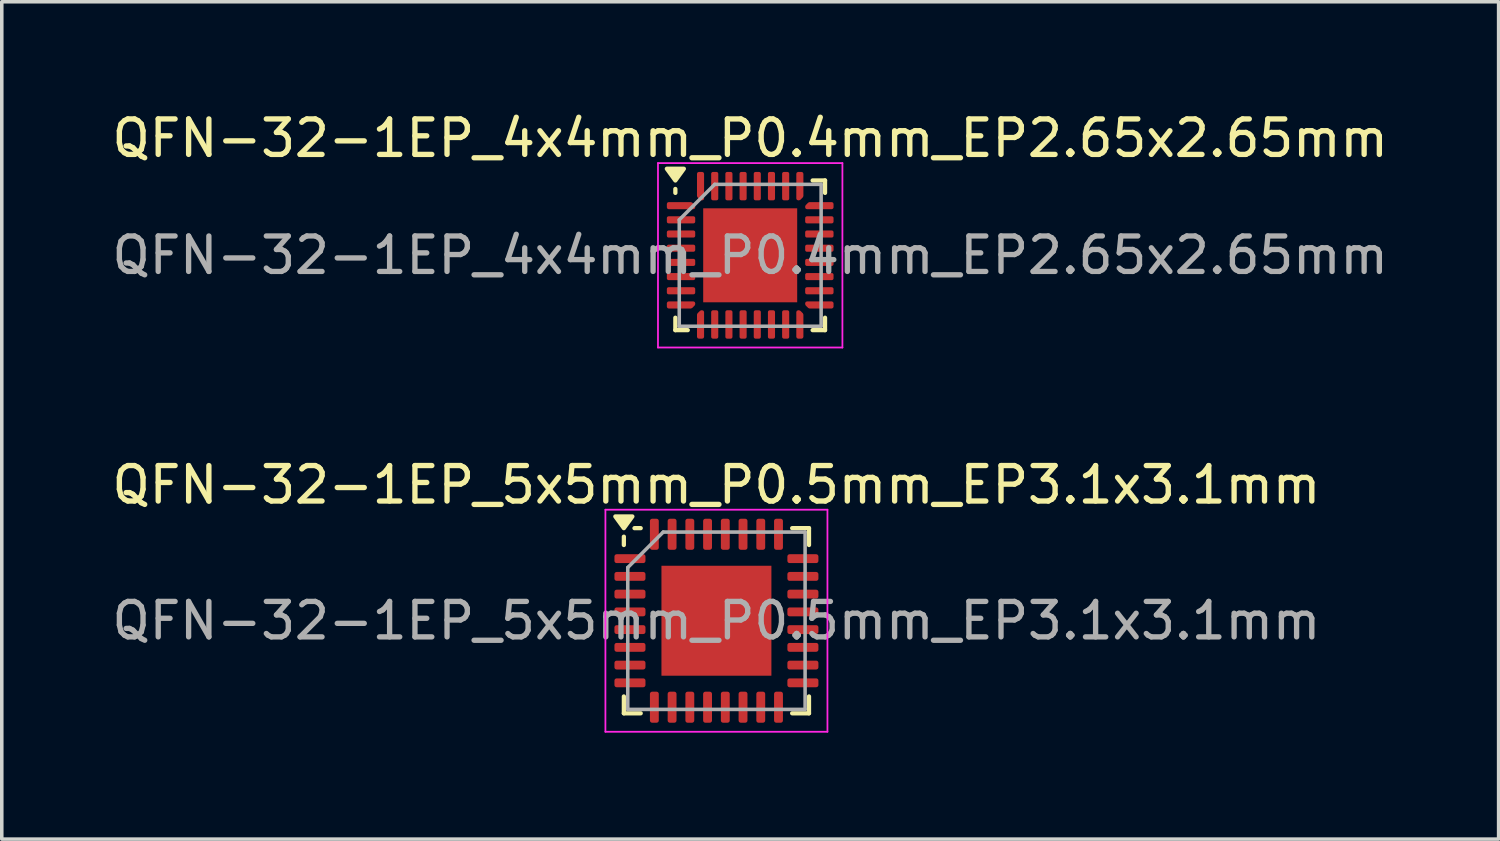
<source format=kicad_pcb>
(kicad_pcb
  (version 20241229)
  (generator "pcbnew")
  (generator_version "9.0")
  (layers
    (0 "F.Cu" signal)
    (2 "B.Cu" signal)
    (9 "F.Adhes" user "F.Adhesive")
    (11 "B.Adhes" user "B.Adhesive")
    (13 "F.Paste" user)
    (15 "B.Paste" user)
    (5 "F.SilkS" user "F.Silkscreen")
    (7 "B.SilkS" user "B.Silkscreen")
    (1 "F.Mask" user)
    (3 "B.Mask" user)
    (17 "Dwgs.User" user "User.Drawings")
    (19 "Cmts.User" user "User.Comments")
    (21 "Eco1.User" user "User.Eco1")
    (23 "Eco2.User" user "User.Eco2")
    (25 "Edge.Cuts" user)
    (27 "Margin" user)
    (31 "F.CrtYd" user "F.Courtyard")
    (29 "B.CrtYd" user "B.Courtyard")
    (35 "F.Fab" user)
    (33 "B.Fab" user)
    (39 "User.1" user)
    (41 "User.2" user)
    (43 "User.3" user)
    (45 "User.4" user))
  (footprint "QFN-32-1EP_5x5mm_P0.5mm_EP3.1x3.1mm"
    (layer "F.Cu")
    (at 17.149 14.451)
    (property "Reference" "QFN-32-1EP_5x5mm_P0.5mm_EP3.1x3.1mm" (at 0 -3.83 0) (layer "F.SilkS") (effects (font (size 1 1) (thickness 0.15))))
    (attr smd)
    (fp_line (start -2.61 -2.135) (end -2.61 -2.37) (stroke (width 0.12) (type solid)) (layer "F.SilkS"))
    (fp_line (start -2.61 2.61) (end -2.61 2.135) (stroke (width 0.12) (type solid)) (layer "F.SilkS"))
    (fp_line (start -2.135 -2.61) (end -2.31 -2.61) (stroke (width 0.12) (type solid)) (layer "F.SilkS"))
    (fp_line (start -2.135 2.61) (end -2.61 2.61) (stroke (width 0.12) (type solid)) (layer "F.SilkS"))
    (fp_line (start 2.135 -2.61) (end 2.61 -2.61) (stroke (width 0.12) (type solid)) (layer "F.SilkS"))
    (fp_line (start 2.135 2.61) (end 2.61 2.61) (stroke (width 0.12) (type solid)) (layer "F.SilkS"))
    (fp_line (start 2.61 -2.61) (end 2.61 -2.135) (stroke (width 0.12) (type solid)) (layer "F.SilkS"))
    (fp_line (start 2.61 2.61) (end 2.61 2.135) (stroke (width 0.12) (type solid)) (layer "F.SilkS"))
    (fp_poly (pts (xy -2.61 -2.61) (xy -2.85 -2.94) (xy -2.37 -2.94) (xy -2.61 -2.61)) (stroke (width 0.12) (type solid)) (fill yes) (layer "F.SilkS"))
    (fp_line (start -3.13 -3.13) (end -3.13 3.13) (stroke (width 0.05) (type solid)) (layer "F.CrtYd"))
    (fp_line (start -3.13 3.13) (end 3.13 3.13) (stroke (width 0.05) (type solid)) (layer "F.CrtYd"))
    (fp_line (start 3.13 -3.13) (end -3.13 -3.13) (stroke (width 0.05) (type solid)) (layer "F.CrtYd"))
    (fp_line (start 3.13 3.13) (end 3.13 -3.13) (stroke (width 0.05) (type solid)) (layer "F.CrtYd"))
    (fp_line (start -2.5 -1.5) (end -1.5 -2.5) (stroke (width 0.1) (type solid)) (layer "F.Fab"))
    (fp_line (start -2.5 2.5) (end -2.5 -1.5) (stroke (width 0.1) (type solid)) (layer "F.Fab"))
    (fp_line (start -1.5 -2.5) (end 2.5 -2.5) (stroke (width 0.1) (type solid)) (layer "F.Fab"))
    (fp_line (start 2.5 -2.5) (end 2.5 2.5) (stroke (width 0.1) (type solid)) (layer "F.Fab"))
    (fp_line (start 2.5 2.5) (end -2.5 2.5) (stroke (width 0.1) (type solid)) (layer "F.Fab"))
    (fp_text user "${REFERENCE}" (at 0 0 0) (layer "F.Fab") (effects (font (size 1 1) (thickness 0.15))))
    (pad "" smd roundrect (at -1.03 -1.03) (size 0.83 0.83) (layers "F.Paste") (roundrect_rratio 0.25))
    (pad "" smd roundrect (at -1.03 0) (size 0.83 0.83) (layers "F.Paste") (roundrect_rratio 0.25))
    (pad "" smd roundrect (at -1.03 1.03) (size 0.83 0.83) (layers "F.Paste") (roundrect_rratio 0.25))
    (pad "" smd roundrect (at 0 -1.03) (size 0.83 0.83) (layers "F.Paste") (roundrect_rratio 0.25))
    (pad "" smd roundrect (at 0 0) (size 0.83 0.83) (layers "F.Paste") (roundrect_rratio 0.25))
    (pad "" smd roundrect (at 0 1.03) (size 0.83 0.83) (layers "F.Paste") (roundrect_rratio 0.25))
    (pad "" smd roundrect (at 1.03 -1.03) (size 0.83 0.83) (layers "F.Paste") (roundrect_rratio 0.25))
    (pad "" smd roundrect (at 1.03 0) (size 0.83 0.83) (layers "F.Paste") (roundrect_rratio 0.25))
    (pad "" smd roundrect (at 1.03 1.03) (size 0.83 0.83) (layers "F.Paste") (roundrect_rratio 0.25))
    (pad "1" smd roundrect (at -2.438 -1.75) (size 0.875 0.25) (layers "F.Cu" "F.Mask" "F.Paste") (roundrect_rratio 0.25))
    (pad "2" smd roundrect (at -2.438 -1.25) (size 0.875 0.25) (layers "F.Cu" "F.Mask" "F.Paste") (roundrect_rratio 0.25))
    (pad "3" smd roundrect (at -2.438 -0.75) (size 0.875 0.25) (layers "F.Cu" "F.Mask" "F.Paste") (roundrect_rratio 0.25))
    (pad "4" smd roundrect (at -2.438 -0.25) (size 0.875 0.25) (layers "F.Cu" "F.Mask" "F.Paste") (roundrect_rratio 0.25))
    (pad "5" smd roundrect (at -2.438 0.25) (size 0.875 0.25) (layers "F.Cu" "F.Mask" "F.Paste") (roundrect_rratio 0.25))
    (pad "6" smd roundrect (at -2.438 0.75) (size 0.875 0.25) (layers "F.Cu" "F.Mask" "F.Paste") (roundrect_rratio 0.25))
    (pad "7" smd roundrect (at -2.438 1.25) (size 0.875 0.25) (layers "F.Cu" "F.Mask" "F.Paste") (roundrect_rratio 0.25))
    (pad "8" smd roundrect (at -2.438 1.75) (size 0.875 0.25) (layers "F.Cu" "F.Mask" "F.Paste") (roundrect_rratio 0.25))
    (pad "9" smd roundrect (at -1.75 2.438) (size 0.25 0.875) (layers "F.Cu" "F.Mask" "F.Paste") (roundrect_rratio 0.25))
    (pad "10" smd roundrect (at -1.25 2.438) (size 0.25 0.875) (layers "F.Cu" "F.Mask" "F.Paste") (roundrect_rratio 0.25))
    (pad "11" smd roundrect (at -0.75 2.438) (size 0.25 0.875) (layers "F.Cu" "F.Mask" "F.Paste") (roundrect_rratio 0.25))
    (pad "12" smd roundrect (at -0.25 2.438) (size 0.25 0.875) (layers "F.Cu" "F.Mask" "F.Paste") (roundrect_rratio 0.25))
    (pad "13" smd roundrect (at 0.25 2.438) (size 0.25 0.875) (layers "F.Cu" "F.Mask" "F.Paste") (roundrect_rratio 0.25))
    (pad "14" smd roundrect (at 0.75 2.438) (size 0.25 0.875) (layers "F.Cu" "F.Mask" "F.Paste") (roundrect_rratio 0.25))
    (pad "15" smd roundrect (at 1.25 2.438) (size 0.25 0.875) (layers "F.Cu" "F.Mask" "F.Paste") (roundrect_rratio 0.25))
    (pad "16" smd roundrect (at 1.75 2.438) (size 0.25 0.875) (layers "F.Cu" "F.Mask" "F.Paste") (roundrect_rratio 0.25))
    (pad "17" smd roundrect (at 2.438 1.75) (size 0.875 0.25) (layers "F.Cu" "F.Mask" "F.Paste") (roundrect_rratio 0.25))
    (pad "18" smd roundrect (at 2.438 1.25) (size 0.875 0.25) (layers "F.Cu" "F.Mask" "F.Paste") (roundrect_rratio 0.25))
    (pad "19" smd roundrect (at 2.438 0.75) (size 0.875 0.25) (layers "F.Cu" "F.Mask" "F.Paste") (roundrect_rratio 0.25))
    (pad "20" smd roundrect (at 2.438 0.25) (size 0.875 0.25) (layers "F.Cu" "F.Mask" "F.Paste") (roundrect_rratio 0.25))
    (pad "21" smd roundrect (at 2.438 -0.25) (size 0.875 0.25) (layers "F.Cu" "F.Mask" "F.Paste") (roundrect_rratio 0.25))
    (pad "22" smd roundrect (at 2.438 -0.75) (size 0.875 0.25) (layers "F.Cu" "F.Mask" "F.Paste") (roundrect_rratio 0.25))
    (pad "23" smd roundrect (at 2.438 -1.25) (size 0.875 0.25) (layers "F.Cu" "F.Mask" "F.Paste") (roundrect_rratio 0.25))
    (pad "24" smd roundrect (at 2.438 -1.75) (size 0.875 0.25) (layers "F.Cu" "F.Mask" "F.Paste") (roundrect_rratio 0.25))
    (pad "25" smd roundrect (at 1.75 -2.438) (size 0.25 0.875) (layers "F.Cu" "F.Mask" "F.Paste") (roundrect_rratio 0.25))
    (pad "26" smd roundrect (at 1.25 -2.438) (size 0.25 0.875) (layers "F.Cu" "F.Mask" "F.Paste") (roundrect_rratio 0.25))
    (pad "27" smd roundrect (at 0.75 -2.438) (size 0.25 0.875) (layers "F.Cu" "F.Mask" "F.Paste") (roundrect_rratio 0.25))
    (pad "28" smd roundrect (at 0.25 -2.438) (size 0.25 0.875) (layers "F.Cu" "F.Mask" "F.Paste") (roundrect_rratio 0.25))
    (pad "29" smd roundrect (at -0.25 -2.438) (size 0.25 0.875) (layers "F.Cu" "F.Mask" "F.Paste") (roundrect_rratio 0.25))
    (pad "30" smd roundrect (at -0.75 -2.438) (size 0.25 0.875) (layers "F.Cu" "F.Mask" "F.Paste") (roundrect_rratio 0.25))
    (pad "31" smd roundrect (at -1.25 -2.438) (size 0.25 0.875) (layers "F.Cu" "F.Mask" "F.Paste") (roundrect_rratio 0.25))
    (pad "32" smd roundrect (at -1.75 -2.438) (size 0.25 0.875) (layers "F.Cu" "F.Mask" "F.Paste") (roundrect_rratio 0.25))
    (pad "33" smd rect (at 0 0) (size 3.1 3.1) (property pad_prop_heatsink) (layers "F.Cu" "F.Mask")))
  (footprint "QFN-32-1EP_4x4mm_P0.4mm_EP2.65x2.65mm"
    (layer "F.Cu")
    (at 18.101 4.148)
    (property "Reference" "QFN-32-1EP_4x4mm_P0.4mm_EP2.65x2.65mm" (at 0 -3.3 0) (layer "F.SilkS") (effects (font (size 1 1) (thickness 0.15))))
    (attr smd)
    (fp_line (start -2.11 -1.76) (end -2.11 -1.87) (stroke (width 0.12) (type solid)) (layer "F.SilkS"))
    (fp_line (start -2.11 2.11) (end -2.11 1.76) (stroke (width 0.12) (type solid)) (layer "F.SilkS"))
    (fp_line (start -1.76 2.11) (end -2.11 2.11) (stroke (width 0.12) (type solid)) (layer "F.SilkS"))
    (fp_line (start 1.76 -2.11) (end 2.11 -2.11) (stroke (width 0.12) (type solid)) (layer "F.SilkS"))
    (fp_line (start 1.76 2.11) (end 2.11 2.11) (stroke (width 0.12) (type solid)) (layer "F.SilkS"))
    (fp_line (start 2.11 -2.11) (end 2.11 -1.76) (stroke (width 0.12) (type solid)) (layer "F.SilkS"))
    (fp_line (start 2.11 2.11) (end 2.11 1.76) (stroke (width 0.12) (type solid)) (layer "F.SilkS"))
    (fp_poly (pts (xy -2.11 -2.11) (xy -2.35 -2.44) (xy -1.87 -2.44) (xy -2.11 -2.11)) (stroke (width 0.12) (type solid)) (fill yes) (layer "F.SilkS"))
    (fp_line (start -2.6 -2.6) (end -2.6 2.6) (stroke (width 0.05) (type solid)) (layer "F.CrtYd"))
    (fp_line (start -2.6 2.6) (end 2.6 2.6) (stroke (width 0.05) (type solid)) (layer "F.CrtYd"))
    (fp_line (start 2.6 -2.6) (end -2.6 -2.6) (stroke (width 0.05) (type solid)) (layer "F.CrtYd"))
    (fp_line (start 2.6 2.6) (end 2.6 -2.6) (stroke (width 0.05) (type solid)) (layer "F.CrtYd"))
    (fp_line (start -2 -1) (end -1 -2) (stroke (width 0.1) (type solid)) (layer "F.Fab"))
    (fp_line (start -2 2) (end -2 -1) (stroke (width 0.1) (type solid)) (layer "F.Fab"))
    (fp_line (start -1 -2) (end 2 -2) (stroke (width 0.1) (type solid)) (layer "F.Fab"))
    (fp_line (start 2 -2) (end 2 2) (stroke (width 0.1) (type solid)) (layer "F.Fab"))
    (fp_line (start 2 2) (end -2 2) (stroke (width 0.1) (type solid)) (layer "F.Fab"))
    (fp_text user "${REFERENCE}" (at 0 0 0) (layer "F.Fab") (effects (font (size 1 1) (thickness 0.15))))
    (pad "" smd roundrect (at -0.66 -0.66) (size 1.07 1.07) (layers "F.Paste") (roundrect_rratio 0.234))
    (pad "" smd roundrect (at -0.66 0.66) (size 1.07 1.07) (layers "F.Paste") (roundrect_rratio 0.234))
    (pad "" smd roundrect (at 0.66 -0.66) (size 1.07 1.07) (layers "F.Paste") (roundrect_rratio 0.234))
    (pad "" smd roundrect (at 0.66 0.66) (size 1.07 1.07) (layers "F.Paste") (roundrect_rratio 0.234))
    (pad "1" smd custom (at -1.95 -1.4) (size 0.129 0.129) (layers "F.Cu" "F.Mask" "F.Paste") (options (anchor circle)) (primitives (gr_poly (pts (xy -0.35 -0.05) (xy 0.279 -0.05) (xy 0.35 0.021) (xy 0.35 0.05) (xy -0.35 0.05)) (width 0.1) (fill yes))))
    (pad "2" smd roundrect (at -1.95 -1) (size 0.8 0.2) (layers "F.Cu" "F.Mask" "F.Paste") (roundrect_rratio 0.25))
    (pad "3" smd roundrect (at -1.95 -0.6) (size 0.8 0.2) (layers "F.Cu" "F.Mask" "F.Paste") (roundrect_rratio 0.25))
    (pad "4" smd roundrect (at -1.95 -0.2) (size 0.8 0.2) (layers "F.Cu" "F.Mask" "F.Paste") (roundrect_rratio 0.25))
    (pad "5" smd roundrect (at -1.95 0.2) (size 0.8 0.2) (layers "F.Cu" "F.Mask" "F.Paste") (roundrect_rratio 0.25))
    (pad "6" smd roundrect (at -1.95 0.6) (size 0.8 0.2) (layers "F.Cu" "F.Mask" "F.Paste") (roundrect_rratio 0.25))
    (pad "7" smd roundrect (at -1.95 1) (size 0.8 0.2) (layers "F.Cu" "F.Mask" "F.Paste") (roundrect_rratio 0.25))
    (pad "8" smd custom (at -1.95 1.4) (size 0.129 0.129) (layers "F.Cu" "F.Mask" "F.Paste") (options (anchor circle)) (primitives (gr_poly (pts (xy -0.35 -0.05) (xy 0.35 -0.05) (xy 0.35 -0.021) (xy 0.279 0.05) (xy -0.35 0.05)) (width 0.1) (fill yes))))
    (pad "9" smd custom (at -1.4 1.95) (size 0.129 0.129) (layers "F.Cu" "F.Mask" "F.Paste") (options (anchor circle)) (primitives (gr_poly (pts (xy -0.05 -0.279) (xy 0.021 -0.35) (xy 0.05 -0.35) (xy 0.05 0.35) (xy -0.05 0.35)) (width 0.1) (fill yes))))
    (pad "10" smd roundrect (at -1 1.95) (size 0.2 0.8) (layers "F.Cu" "F.Mask" "F.Paste") (roundrect_rratio 0.25))
    (pad "11" smd roundrect (at -0.6 1.95) (size 0.2 0.8) (layers "F.Cu" "F.Mask" "F.Paste") (roundrect_rratio 0.25))
    (pad "12" smd roundrect (at -0.2 1.95) (size 0.2 0.8) (layers "F.Cu" "F.Mask" "F.Paste") (roundrect_rratio 0.25))
    (pad "13" smd roundrect (at 0.2 1.95) (size 0.2 0.8) (layers "F.Cu" "F.Mask" "F.Paste") (roundrect_rratio 0.25))
    (pad "14" smd roundrect (at 0.6 1.95) (size 0.2 0.8) (layers "F.Cu" "F.Mask" "F.Paste") (roundrect_rratio 0.25))
    (pad "15" smd roundrect (at 1 1.95) (size 0.2 0.8) (layers "F.Cu" "F.Mask" "F.Paste") (roundrect_rratio 0.25))
    (pad "16" smd custom (at 1.4 1.95) (size 0.129 0.129) (layers "F.Cu" "F.Mask" "F.Paste") (options (anchor circle)) (primitives (gr_poly (pts (xy -0.05 -0.35) (xy -0.021 -0.35) (xy 0.05 -0.279) (xy 0.05 0.35) (xy -0.05 0.35)) (width 0.1) (fill yes))))
    (pad "17" smd custom (at 1.95 1.4) (size 0.129 0.129) (layers "F.Cu" "F.Mask" "F.Paste") (options (anchor circle)) (primitives (gr_poly (pts (xy -0.35 -0.05) (xy 0.35 -0.05) (xy 0.35 0.05) (xy -0.279 0.05) (xy -0.35 -0.021)) (width 0.1) (fill yes))))
    (pad "18" smd roundrect (at 1.95 1) (size 0.8 0.2) (layers "F.Cu" "F.Mask" "F.Paste") (roundrect_rratio 0.25))
    (pad "19" smd roundrect (at 1.95 0.6) (size 0.8 0.2) (layers "F.Cu" "F.Mask" "F.Paste") (roundrect_rratio 0.25))
    (pad "20" smd roundrect (at 1.95 0.2) (size 0.8 0.2) (layers "F.Cu" "F.Mask" "F.Paste") (roundrect_rratio 0.25))
    (pad "21" smd roundrect (at 1.95 -0.2) (size 0.8 0.2) (layers "F.Cu" "F.Mask" "F.Paste") (roundrect_rratio 0.25))
    (pad "22" smd roundrect (at 1.95 -0.6) (size 0.8 0.2) (layers "F.Cu" "F.Mask" "F.Paste") (roundrect_rratio 0.25))
    (pad "23" smd roundrect (at 1.95 -1) (size 0.8 0.2) (layers "F.Cu" "F.Mask" "F.Paste") (roundrect_rratio 0.25))
    (pad "24" smd custom (at 1.95 -1.4) (size 0.129 0.129) (layers "F.Cu" "F.Mask" "F.Paste") (options (anchor circle)) (primitives (gr_poly (pts (xy -0.35 0.021) (xy -0.279 -0.05) (xy 0.35 -0.05) (xy 0.35 0.05) (xy -0.35 0.05)) (width 0.1) (fill yes))))
    (pad "25" smd custom (at 1.4 -1.95) (size 0.129 0.129) (layers "F.Cu" "F.Mask" "F.Paste") (options (anchor circle)) (primitives (gr_poly (pts (xy -0.05 -0.35) (xy 0.05 -0.35) (xy 0.05 0.279) (xy -0.021 0.35) (xy -0.05 0.35)) (width 0.1) (fill yes))))
    (pad "26" smd roundrect (at 1 -1.95) (size 0.2 0.8) (layers "F.Cu" "F.Mask" "F.Paste") (roundrect_rratio 0.25))
    (pad "27" smd roundrect (at 0.6 -1.95) (size 0.2 0.8) (layers "F.Cu" "F.Mask" "F.Paste") (roundrect_rratio 0.25))
    (pad "28" smd roundrect (at 0.2 -1.95) (size 0.2 0.8) (layers "F.Cu" "F.Mask" "F.Paste") (roundrect_rratio 0.25))
    (pad "29" smd roundrect (at -0.2 -1.95) (size 0.2 0.8) (layers "F.Cu" "F.Mask" "F.Paste") (roundrect_rratio 0.25))
    (pad "30" smd roundrect (at -0.6 -1.95) (size 0.2 0.8) (layers "F.Cu" "F.Mask" "F.Paste") (roundrect_rratio 0.25))
    (pad "31" smd roundrect (at -1 -1.95) (size 0.2 0.8) (layers "F.Cu" "F.Mask" "F.Paste") (roundrect_rratio 0.25))
    (pad "32" smd custom (at -1.4 -1.95) (size 0.129 0.129) (layers "F.Cu" "F.Mask" "F.Paste") (options (anchor circle)) (primitives (gr_poly (pts (xy -0.05 -0.35) (xy 0.05 -0.35) (xy 0.05 0.35) (xy 0.021 0.35) (xy -0.05 0.279)) (width 0.1) (fill yes))))
    (pad "33" smd rect (at 0 0) (size 2.65 2.65) (property pad_prop_heatsink) (layers "F.Cu" "F.Mask")))
  (gr_rect
    (start -3 -3)
    (end 39.202 20.607)
    (stroke (width 0.1) (type default))
    (fill no)
    (layer "Edge.Cuts")))
</source>
